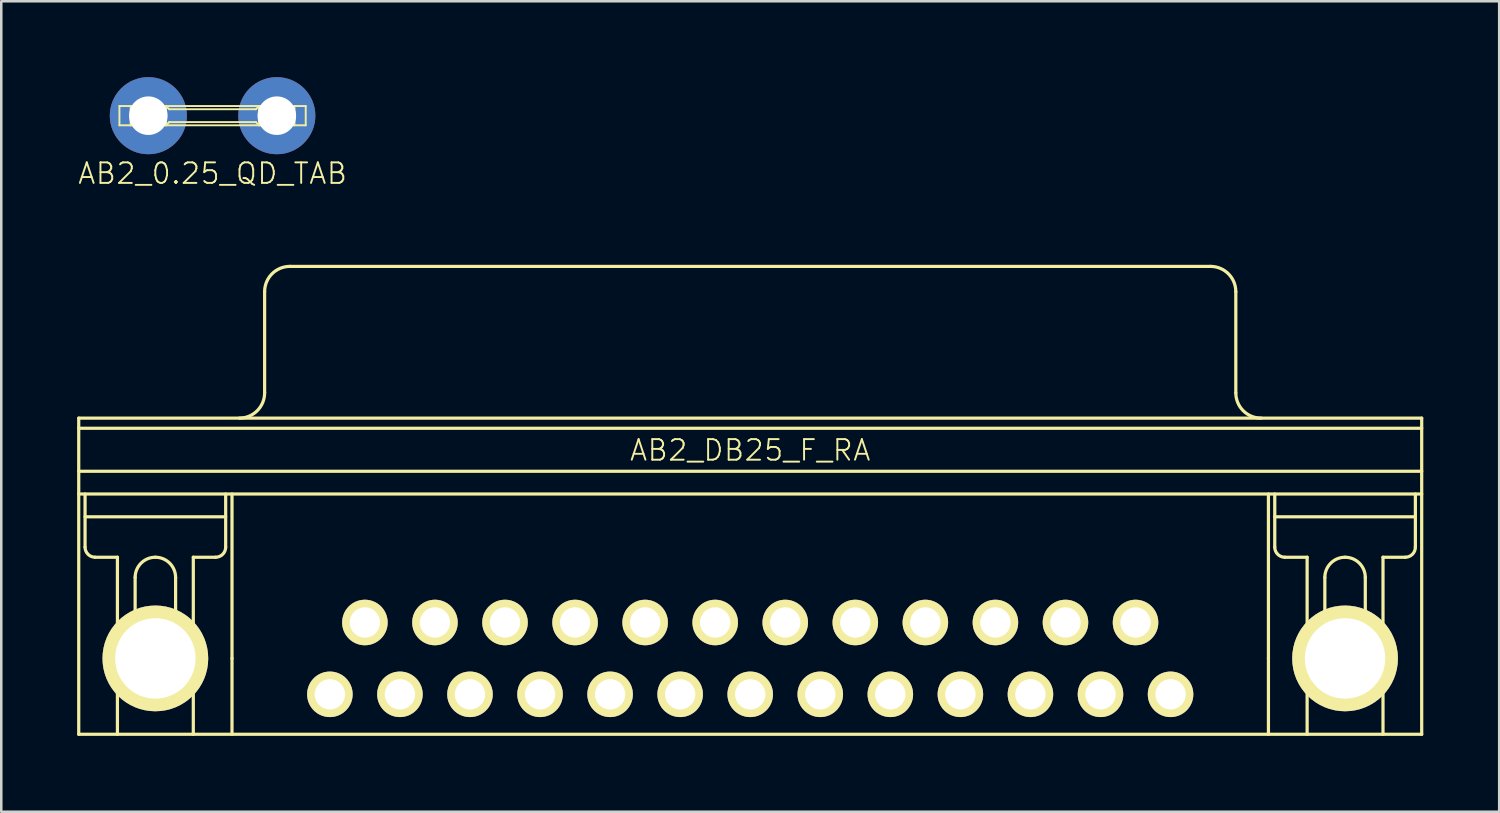
<source format=kicad_pcb>
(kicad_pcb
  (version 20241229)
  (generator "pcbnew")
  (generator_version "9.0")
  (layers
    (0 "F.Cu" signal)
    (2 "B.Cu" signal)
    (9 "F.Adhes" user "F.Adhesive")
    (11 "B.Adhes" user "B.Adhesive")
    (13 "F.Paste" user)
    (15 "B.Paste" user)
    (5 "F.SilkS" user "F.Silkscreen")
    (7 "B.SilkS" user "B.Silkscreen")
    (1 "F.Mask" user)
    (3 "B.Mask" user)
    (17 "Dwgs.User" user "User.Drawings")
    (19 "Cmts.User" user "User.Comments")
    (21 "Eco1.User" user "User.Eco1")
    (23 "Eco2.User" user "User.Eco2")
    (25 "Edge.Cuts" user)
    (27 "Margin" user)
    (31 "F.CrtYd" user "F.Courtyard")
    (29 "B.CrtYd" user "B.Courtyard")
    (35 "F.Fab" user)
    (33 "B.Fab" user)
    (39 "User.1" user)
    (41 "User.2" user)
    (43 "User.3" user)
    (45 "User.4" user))
  (footprint "AB2_DB25_F_RA"
    (layer "F.Cu")
    (at 26.613 13.483)
    (property "Reference" "AB2_DB25_F_RA" (at 0 1.27 0) (layer "F.SilkS") (effects (font (size 0.813 0.813) (thickness 0.076))))
    (attr through_hole)
    (fp_line (start -26.55 0) (end -26.55 12.5) (stroke (width 0.127) (type solid)) (layer "F.SilkS"))
    (fp_line (start -26.55 0) (end 26.55 0) (stroke (width 0.127) (type solid)) (layer "F.SilkS"))
    (fp_line (start -26.55 0.4) (end 26.55 0.4) (stroke (width 0.127) (type solid)) (layer "F.SilkS"))
    (fp_line (start -26.55 2.1) (end 26.55 2.1) (stroke (width 0.127) (type solid)) (layer "F.SilkS"))
    (fp_line (start -26.55 3) (end 26.55 3) (stroke (width 0.127) (type solid)) (layer "F.SilkS"))
    (fp_line (start -26.55 12.5) (end 26.55 12.5) (stroke (width 0.127) (type solid)) (layer "F.SilkS"))
    (fp_line (start -26.3 3.9) (end -20.74 3.9) (stroke (width 0.127) (type solid)) (layer "F.SilkS"))
    (fp_line (start -26.3 5.1) (end -26.3 3) (stroke (width 0.127) (type solid)) (layer "F.SilkS"))
    (fp_line (start -25.9 5.5) (end -25.02 5.5) (stroke (width 0.127) (type solid)) (layer "F.SilkS"))
    (fp_line (start -25.02 9.5) (end -25.02 5.5) (stroke (width 0.127) (type solid)) (layer "F.SilkS"))
    (fp_line (start -25.02 9.5) (end -25.02 12.5) (stroke (width 0.127) (type solid)) (layer "F.SilkS"))
    (fp_line (start -25.02 9.5) (end -24.32 9.5) (stroke (width 0.127) (type solid)) (layer "F.SilkS"))
    (fp_line (start -24.32 9.5) (end -24.32 6.3) (stroke (width 0.127) (type solid)) (layer "F.SilkS"))
    (fp_line (start -22.72 9.5) (end -22.72 6.3) (stroke (width 0.127) (type solid)) (layer "F.SilkS"))
    (fp_line (start -22.02 9.5) (end -22.72 9.5) (stroke (width 0.127) (type solid)) (layer "F.SilkS"))
    (fp_line (start -22.02 9.5) (end -22.02 5.5) (stroke (width 0.127) (type solid)) (layer "F.SilkS"))
    (fp_line (start -22.02 9.5) (end -22.02 12.5) (stroke (width 0.127) (type solid)) (layer "F.SilkS"))
    (fp_line (start -21.14 5.5) (end -22.02 5.5) (stroke (width 0.127) (type solid)) (layer "F.SilkS"))
    (fp_line (start -20.74 5.1) (end -20.74 3) (stroke (width 0.127) (type solid)) (layer "F.SilkS"))
    (fp_line (start -20.49 9.5) (end -20.49 3) (stroke (width 0.127) (type solid)) (layer "F.SilkS"))
    (fp_line (start -20.49 9.5) (end -20.49 12.5) (stroke (width 0.127) (type solid)) (layer "F.SilkS"))
    (fp_line (start -19.2 -1) (end -19.2 -5) (stroke (width 0.127) (type solid)) (layer "F.SilkS"))
    (fp_line (start -18.2 -6) (end 18.2 -6) (stroke (width 0.127) (type solid)) (layer "F.SilkS"))
    (fp_line (start 19.2 -1) (end 19.2 -5) (stroke (width 0.127) (type solid)) (layer "F.SilkS"))
    (fp_line (start 20.49 9.5) (end 20.49 3) (stroke (width 0.127) (type solid)) (layer "F.SilkS"))
    (fp_line (start 20.49 9.5) (end 20.49 12.5) (stroke (width 0.127) (type solid)) (layer "F.SilkS"))
    (fp_line (start 20.74 3.9) (end 26.3 3.9) (stroke (width 0.127) (type solid)) (layer "F.SilkS"))
    (fp_line (start 20.74 5.1) (end 20.74 3) (stroke (width 0.127) (type solid)) (layer "F.SilkS"))
    (fp_line (start 21.14 5.5) (end 22.02 5.5) (stroke (width 0.127) (type solid)) (layer "F.SilkS"))
    (fp_line (start 22.02 9.5) (end 22.02 5.5) (stroke (width 0.127) (type solid)) (layer "F.SilkS"))
    (fp_line (start 22.02 9.5) (end 22.02 12.5) (stroke (width 0.127) (type solid)) (layer "F.SilkS"))
    (fp_line (start 22.02 9.5) (end 22.72 9.5) (stroke (width 0.127) (type solid)) (layer "F.SilkS"))
    (fp_line (start 22.72 9.5) (end 22.72 6.3) (stroke (width 0.127) (type solid)) (layer "F.SilkS"))
    (fp_line (start 24.32 9.5) (end 24.32 6.3) (stroke (width 0.127) (type solid)) (layer "F.SilkS"))
    (fp_line (start 25.02 9.5) (end 24.32 9.5) (stroke (width 0.127) (type solid)) (layer "F.SilkS"))
    (fp_line (start 25.02 9.5) (end 25.02 5.5) (stroke (width 0.127) (type solid)) (layer "F.SilkS"))
    (fp_line (start 25.02 9.5) (end 25.02 12.5) (stroke (width 0.127) (type solid)) (layer "F.SilkS"))
    (fp_line (start 25.9 5.5) (end 25.02 5.5) (stroke (width 0.127) (type solid)) (layer "F.SilkS"))
    (fp_line (start 26.3 5.1) (end 26.3 3) (stroke (width 0.127) (type solid)) (layer "F.SilkS"))
    (fp_line (start 26.55 12.5) (end 26.55 0) (stroke (width 0.127) (type solid)) (layer "F.SilkS"))
    (fp_arc (start -25.9 5.5) (mid -26.182843 5.382843) (end -26.3 5.1) (stroke (width 0.127) (type solid)) (layer "F.SilkS"))
    (fp_arc (start -24.32 6.3) (mid -24.085685 5.734315) (end -23.52 5.5) (stroke (width 0.127) (type solid)) (layer "F.SilkS"))
    (fp_arc (start -23.52 5.5) (mid -22.954315 5.734315) (end -22.72 6.3) (stroke (width 0.127) (type solid)) (layer "F.SilkS"))
    (fp_arc (start -23.52 11) (mid -24.58066 10.56066) (end -25.02 9.5) (stroke (width 0.127) (type solid)) (layer "F.SilkS"))
    (fp_arc (start -22.02 9.5) (mid -22.45934 10.56066) (end -23.52 11) (stroke (width 0.127) (type solid)) (layer "F.SilkS"))
    (fp_arc (start -20.74 5.1) (mid -20.857157 5.382843) (end -21.14 5.5) (stroke (width 0.127) (type solid)) (layer "F.SilkS"))
    (fp_arc (start -19.2 -5) (mid -18.907107 -5.707107) (end -18.2 -6) (stroke (width 0.127) (type solid)) (layer "F.SilkS"))
    (fp_arc (start -19.2 -1) (mid -19.492893 -0.292893) (end -20.2 0) (stroke (width 0.127) (type solid)) (layer "F.SilkS"))
    (fp_arc (start 18.2 -6) (mid 18.907107 -5.707107) (end 19.2 -5) (stroke (width 0.127) (type solid)) (layer "F.SilkS"))
    (fp_arc (start 20.2 0) (mid 19.492893 -0.292893) (end 19.2 -1) (stroke (width 0.127) (type solid)) (layer "F.SilkS"))
    (fp_arc (start 21.14 5.5) (mid 20.857157 5.382843) (end 20.74 5.1) (stroke (width 0.127) (type solid)) (layer "F.SilkS"))
    (fp_arc (start 22.72 6.3) (mid 22.954315 5.734315) (end 23.52 5.5) (stroke (width 0.127) (type solid)) (layer "F.SilkS"))
    (fp_arc (start 23.52 5.5) (mid 24.085685 5.734315) (end 24.32 6.3) (stroke (width 0.127) (type solid)) (layer "F.SilkS"))
    (fp_arc (start 23.52 11) (mid 22.45934 10.56066) (end 22.02 9.5) (stroke (width 0.127) (type solid)) (layer "F.SilkS"))
    (fp_arc (start 25.02 9.5) (mid 24.58066 10.56066) (end 23.52 11) (stroke (width 0.127) (type solid)) (layer "F.SilkS"))
    (fp_arc (start 26.3 5.1) (mid 26.182843 5.382843) (end 25.9 5.5) (stroke (width 0.127) (type solid)) (layer "F.SilkS"))
    (pad "1" thru_hole circle (at 16.62 10.92) (size 1.8 1.8) (drill 1.2) (layers "*.Cu" "*.Mask" "F.SilkS"))
    (pad "2" thru_hole circle (at 13.85 10.92) (size 1.8 1.8) (drill 1.2) (layers "*.Cu" "*.Mask" "F.SilkS"))
    (pad "3" thru_hole circle (at 11.08 10.92) (size 1.8 1.8) (drill 1.2) (layers "*.Cu" "*.Mask" "F.SilkS"))
    (pad "4" thru_hole circle (at 8.31 10.92) (size 1.8 1.8) (drill 1.2) (layers "*.Cu" "*.Mask" "F.SilkS"))
    (pad "5" thru_hole circle (at 5.54 10.92) (size 1.8 1.8) (drill 1.2) (layers "*.Cu" "*.Mask" "F.SilkS"))
    (pad "6" thru_hole circle (at 2.77 10.92) (size 1.8 1.8) (drill 1.2) (layers "*.Cu" "*.Mask" "F.SilkS"))
    (pad "7" thru_hole circle (at 0 10.92) (size 1.8 1.8) (drill 1.2) (layers "*.Cu" "*.Mask" "F.SilkS"))
    (pad "8" thru_hole circle (at -2.77 10.92) (size 1.8 1.8) (drill 1.2) (layers "*.Cu" "*.Mask" "F.SilkS"))
    (pad "9" thru_hole circle (at -5.54 10.92) (size 1.8 1.8) (drill 1.2) (layers "*.Cu" "*.Mask" "F.SilkS"))
    (pad "10" thru_hole circle (at -8.31 10.92) (size 1.8 1.8) (drill 1.2) (layers "*.Cu" "*.Mask" "F.SilkS"))
    (pad "11" thru_hole circle (at -11.08 10.92) (size 1.8 1.8) (drill 1.2) (layers "*.Cu" "*.Mask" "F.SilkS"))
    (pad "12" thru_hole circle (at -13.85 10.92) (size 1.8 1.8) (drill 1.2) (layers "*.Cu" "*.Mask" "F.SilkS"))
    (pad "13" thru_hole circle (at -16.62 10.92) (size 1.8 1.8) (drill 1.2) (layers "*.Cu" "*.Mask" "F.SilkS"))
    (pad "14" thru_hole circle (at 15.235 8.08) (size 1.8 1.8) (drill 1.2) (layers "*.Cu" "*.Mask" "F.SilkS"))
    (pad "15" thru_hole circle (at 12.465 8.08) (size 1.8 1.8) (drill 1.2) (layers "*.Cu" "*.Mask" "F.SilkS"))
    (pad "16" thru_hole circle (at 9.695 8.08) (size 1.8 1.8) (drill 1.2) (layers "*.Cu" "*.Mask" "F.SilkS"))
    (pad "17" thru_hole circle (at 6.925 8.08) (size 1.8 1.8) (drill 1.2) (layers "*.Cu" "*.Mask" "F.SilkS"))
    (pad "18" thru_hole circle (at 4.155 8.08) (size 1.8 1.8) (drill 1.2) (layers "*.Cu" "*.Mask" "F.SilkS"))
    (pad "19" thru_hole circle (at 1.385 8.08) (size 1.8 1.8) (drill 1.2) (layers "*.Cu" "*.Mask" "F.SilkS"))
    (pad "20" thru_hole circle (at -1.385 8.08) (size 1.8 1.8) (drill 1.2) (layers "*.Cu" "*.Mask" "F.SilkS"))
    (pad "21" thru_hole circle (at -4.155 8.08) (size 1.8 1.8) (drill 1.2) (layers "*.Cu" "*.Mask" "F.SilkS"))
    (pad "22" thru_hole circle (at -6.925 8.08) (size 1.8 1.8) (drill 1.2) (layers "*.Cu" "*.Mask" "F.SilkS"))
    (pad "23" thru_hole circle (at -9.695 8.08) (size 1.8 1.8) (drill 1.2) (layers "*.Cu" "*.Mask" "F.SilkS"))
    (pad "24" thru_hole circle (at -12.465 8.08) (size 1.8 1.8) (drill 1.2) (layers "*.Cu" "*.Mask" "F.SilkS"))
    (pad "25" thru_hole circle (at -15.235 8.08) (size 1.8 1.8) (drill 1.2) (layers "*.Cu" "*.Mask" "F.SilkS"))
    (pad "SH_G" thru_hole circle (at -23.52 9.5) (size 4.18 4.18) (drill 3.18) (layers "*.Cu" "*.Mask" "F.SilkS"))
    (pad "SH_G" thru_hole circle (at 23.52 9.5) (size 4.18 4.18) (drill 3.18) (layers "*.Cu" "*.Mask" "F.SilkS")))
  (footprint "AB2_0.25_QD_TAB"
    (layer "F.Cu")
    (at 5.355 1.524)
    (property "Reference" "AB2_0.25_QD_TAB" (at 0 2.286 0) (layer "F.SilkS") (effects (font (size 0.813 0.813) (thickness 0.076))))
    (attr through_hole)
    (fp_line (start -3.683 -0.381) (end -3.683 0.381) (stroke (width 0.076) (type solid)) (layer "F.SilkS"))
    (fp_line (start -3.683 0.381) (end -3.239 0.381) (stroke (width 0.076) (type solid)) (layer "F.SilkS"))
    (fp_line (start -3.239 -0.381) (end -3.683 -0.381) (stroke (width 0.076) (type solid)) (layer "F.SilkS"))
    (fp_line (start -3.239 -0.381) (end -3.239 0.381) (stroke (width 0.076) (type solid)) (layer "F.SilkS"))
    (fp_line (start -3.239 0.381) (end -1.841 0.381) (stroke (width 0.076) (type solid)) (layer "F.SilkS"))
    (fp_line (start -3.188 -0.229) (end -1.918 -0.229) (stroke (width 0.152) (type solid)) (layer "F.SilkS"))
    (fp_line (start -3.188 0.025) (end -1.892 0.025) (stroke (width 0.152) (type solid)) (layer "F.SilkS"))
    (fp_line (start -3.188 0.229) (end -1.892 0.229) (stroke (width 0.152) (type solid)) (layer "F.SilkS"))
    (fp_line (start -3.188 0.33) (end -1.892 0.33) (stroke (width 0.152) (type solid)) (layer "F.SilkS"))
    (fp_line (start -1.918 -0.305) (end -3.188 -0.305) (stroke (width 0.152) (type solid)) (layer "F.SilkS"))
    (fp_line (start -1.892 -0.102) (end -3.188 -0.102) (stroke (width 0.152) (type solid)) (layer "F.SilkS"))
    (fp_line (start -1.892 0.127) (end -3.188 0.127) (stroke (width 0.152) (type solid)) (layer "F.SilkS"))
    (fp_line (start -1.841 -0.381) (end -3.239 -0.381) (stroke (width 0.076) (type solid)) (layer "F.SilkS"))
    (fp_line (start -1.841 -0.381) (end 1.841 -0.381) (stroke (width 0.076) (type solid)) (layer "F.SilkS"))
    (fp_line (start -1.841 0.381) (end -1.841 -0.381) (stroke (width 0.076) (type solid)) (layer "F.SilkS"))
    (fp_line (start -1.841 0.381) (end -1.714 0.254) (stroke (width 0.076) (type solid)) (layer "F.SilkS"))
    (fp_line (start -1.714 -0.254) (end -1.841 -0.381) (stroke (width 0.076) (type solid)) (layer "F.SilkS"))
    (fp_line (start -1.714 0.254) (end 1.714 0.254) (stroke (width 0.076) (type solid)) (layer "F.SilkS"))
    (fp_line (start 1.714 -0.254) (end -1.714 -0.254) (stroke (width 0.076) (type solid)) (layer "F.SilkS"))
    (fp_line (start 1.714 0.254) (end 1.841 0.381) (stroke (width 0.076) (type solid)) (layer "F.SilkS"))
    (fp_line (start 1.841 -0.381) (end 1.714 -0.254) (stroke (width 0.076) (type solid)) (layer "F.SilkS"))
    (fp_line (start 1.841 -0.381) (end 1.841 0.381) (stroke (width 0.076) (type solid)) (layer "F.SilkS"))
    (fp_line (start 1.841 0.381) (end -1.841 0.381) (stroke (width 0.076) (type solid)) (layer "F.SilkS"))
    (fp_line (start 1.841 0.381) (end 3.239 0.381) (stroke (width 0.076) (type solid)) (layer "F.SilkS"))
    (fp_line (start 1.892 -0.229) (end 3.162 -0.229) (stroke (width 0.152) (type solid)) (layer "F.SilkS"))
    (fp_line (start 1.892 0.025) (end 3.188 0.025) (stroke (width 0.152) (type solid)) (layer "F.SilkS"))
    (fp_line (start 1.892 0.229) (end 3.188 0.229) (stroke (width 0.152) (type solid)) (layer "F.SilkS"))
    (fp_line (start 1.892 0.33) (end 3.188 0.33) (stroke (width 0.152) (type solid)) (layer "F.SilkS"))
    (fp_line (start 3.162 -0.305) (end 1.892 -0.305) (stroke (width 0.152) (type solid)) (layer "F.SilkS"))
    (fp_line (start 3.188 -0.102) (end 1.892 -0.102) (stroke (width 0.152) (type solid)) (layer "F.SilkS"))
    (fp_line (start 3.188 0.127) (end 1.892 0.127) (stroke (width 0.152) (type solid)) (layer "F.SilkS"))
    (fp_line (start 3.239 -0.381) (end 1.841 -0.381) (stroke (width 0.076) (type solid)) (layer "F.SilkS"))
    (fp_line (start 3.239 -0.381) (end 3.683 -0.381) (stroke (width 0.076) (type solid)) (layer "F.SilkS"))
    (fp_line (start 3.239 0.381) (end 3.239 -0.381) (stroke (width 0.076) (type solid)) (layer "F.SilkS"))
    (fp_line (start 3.683 -0.381) (end 3.683 0.381) (stroke (width 0.076) (type solid)) (layer "F.SilkS"))
    (fp_line (start 3.683 0.381) (end 3.239 0.381) (stroke (width 0.076) (type solid)) (layer "F.SilkS"))
    (pad "1" thru_hole circle (at -2.54 0) (size 3.048 3.048) (drill 1.524) (layers "*.Cu" "*.Mask"))
    (pad "1" thru_hole circle (at 2.54 0) (size 3.048 3.048) (drill 1.524) (layers "*.Cu" "*.Mask")))
  (gr_rect
    (start -3 -3)
    (end 56.227 29.046)
    (stroke (width 0.1) (type default))
    (fill no)
    (layer "Edge.Cuts")))
</source>
